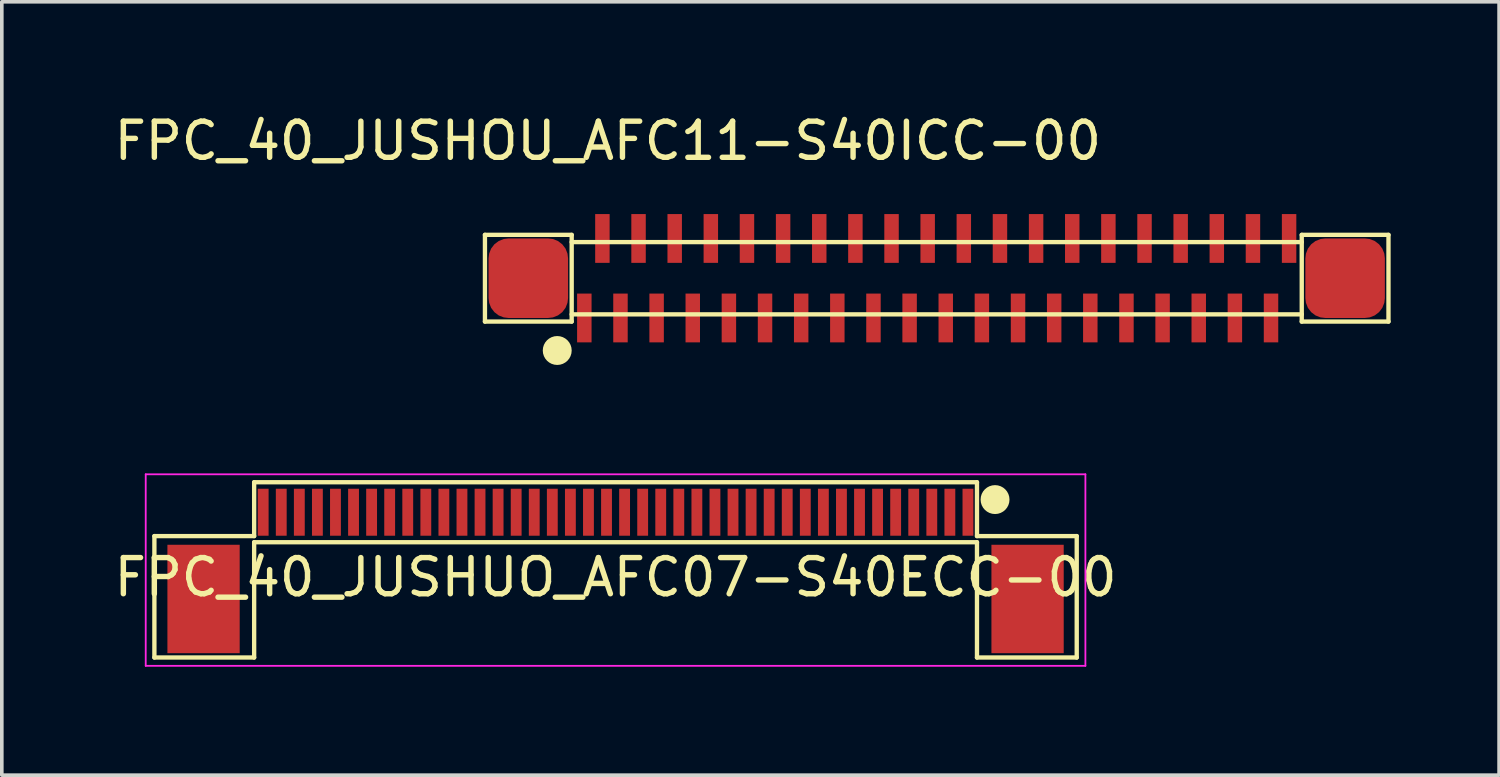
<source format=kicad_pcb>
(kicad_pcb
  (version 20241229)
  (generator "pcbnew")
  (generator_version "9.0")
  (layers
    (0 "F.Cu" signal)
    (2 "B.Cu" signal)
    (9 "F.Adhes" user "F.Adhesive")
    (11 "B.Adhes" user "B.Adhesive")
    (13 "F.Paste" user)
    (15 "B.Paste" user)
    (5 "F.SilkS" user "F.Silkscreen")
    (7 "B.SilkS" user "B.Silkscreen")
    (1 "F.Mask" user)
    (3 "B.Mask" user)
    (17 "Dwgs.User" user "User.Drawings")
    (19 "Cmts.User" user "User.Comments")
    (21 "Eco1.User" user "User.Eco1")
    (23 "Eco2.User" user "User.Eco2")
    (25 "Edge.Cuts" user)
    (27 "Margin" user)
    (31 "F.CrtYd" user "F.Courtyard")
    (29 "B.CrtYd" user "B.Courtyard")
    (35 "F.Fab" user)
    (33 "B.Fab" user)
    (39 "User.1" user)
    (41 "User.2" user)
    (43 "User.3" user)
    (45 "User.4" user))
  (footprint "FPC_40_JUSHUO_AFC07-S40ECC-00"
    (layer "F.Cu")
    (at 13.982 11.123)
    (property "Reference" "FPC_40_JUSHUO_AFC07-S40ECC-00" (at 0 1.8 0) (layer "F.SilkS") (effects (font (size 1 1) (thickness 0.15))))
    (attr through_hole)
    (fp_line (start -12.76 0.66) (end -10 0.66) (stroke (width 0.12) (type solid)) (layer "F.SilkS"))
    (fp_line (start -12.76 4.02) (end -12.76 0.66) (stroke (width 0.12) (type solid)) (layer "F.SilkS"))
    (fp_line (start -10 -0.83) (end 10 -0.83) (stroke (width 0.12) (type solid)) (layer "F.SilkS"))
    (fp_line (start -10 0.66) (end -10 -0.83) (stroke (width 0.12) (type solid)) (layer "F.SilkS"))
    (fp_line (start -10 0.83) (end -10 4.02) (stroke (width 0.12) (type solid)) (layer "F.SilkS"))
    (fp_line (start -10 0.83) (end 10 0.83) (stroke (width 0.12) (type solid)) (layer "F.SilkS"))
    (fp_line (start -10 4.02) (end -12.76 4.02) (stroke (width 0.12) (type solid)) (layer "F.SilkS"))
    (fp_line (start 10 0.66) (end 10 -0.83) (stroke (width 0.12) (type solid)) (layer "F.SilkS"))
    (fp_line (start 10 0.83) (end 10 4.02) (stroke (width 0.12) (type solid)) (layer "F.SilkS"))
    (fp_line (start 10 4.02) (end 12.76 4.02) (stroke (width 0.12) (type solid)) (layer "F.SilkS"))
    (fp_line (start 12.76 0.66) (end 10 0.66) (stroke (width 0.12) (type solid)) (layer "F.SilkS"))
    (fp_line (start 12.76 4.02) (end 12.76 0.66) (stroke (width 0.12) (type solid)) (layer "F.SilkS"))
    (fp_circle (center 10.5 -0.35) (end 10.7 -0.35) (stroke (width 0.4) (type solid)) (fill no) (layer "F.SilkS"))
    (fp_line (start -13 -1.05) (end -13 4.25) (stroke (width 0.05) (type solid)) (layer "F.CrtYd"))
    (fp_line (start -13 -1.05) (end 13 -1.05) (stroke (width 0.05) (type solid)) (layer "F.CrtYd"))
    (fp_line (start -13 4.25) (end 13 4.25) (stroke (width 0.05) (type solid)) (layer "F.CrtYd"))
    (fp_line (start 13 -1.05) (end 13 4.25) (stroke (width 0.05) (type solid)) (layer "F.CrtYd"))
    (pad "" smd rect (at -11.4 2.4) (size 2 3) (layers "F.Cu" "F.Mask" "F.Paste"))
    (pad "" smd rect (at 11.4 2.4) (size 2 3) (layers "F.Cu" "F.Mask" "F.Paste"))
    (pad "1" smd rect (at 9.75 0 180) (size 0.3 1.3) (layers "F.Cu" "F.Mask" "F.Paste"))
    (pad "2" smd rect (at 9.25 0 180) (size 0.3 1.3) (layers "F.Cu" "F.Mask" "F.Paste"))
    (pad "3" smd rect (at 8.75 0 180) (size 0.3 1.3) (layers "F.Cu" "F.Mask" "F.Paste"))
    (pad "4" smd rect (at 8.25 0 180) (size 0.3 1.3) (layers "F.Cu" "F.Mask" "F.Paste"))
    (pad "5" smd rect (at 7.75 0 180) (size 0.3 1.3) (layers "F.Cu" "F.Mask" "F.Paste"))
    (pad "6" smd rect (at 7.25 0 180) (size 0.3 1.3) (layers "F.Cu" "F.Mask" "F.Paste"))
    (pad "7" smd rect (at 6.75 0 180) (size 0.3 1.3) (layers "F.Cu" "F.Mask" "F.Paste"))
    (pad "8" smd rect (at 6.25 0 180) (size 0.3 1.3) (layers "F.Cu" "F.Mask" "F.Paste"))
    (pad "9" smd rect (at 5.75 0 180) (size 0.3 1.3) (layers "F.Cu" "F.Mask" "F.Paste"))
    (pad "10" smd rect (at 5.25 0 180) (size 0.3 1.3) (layers "F.Cu" "F.Mask" "F.Paste"))
    (pad "11" smd rect (at 4.75 0 180) (size 0.3 1.3) (layers "F.Cu" "F.Mask" "F.Paste"))
    (pad "12" smd rect (at 4.25 0 180) (size 0.3 1.3) (layers "F.Cu" "F.Mask" "F.Paste"))
    (pad "13" smd rect (at 3.75 0 180) (size 0.3 1.3) (layers "F.Cu" "F.Mask" "F.Paste"))
    (pad "14" smd rect (at 3.25 0 180) (size 0.3 1.3) (layers "F.Cu" "F.Mask" "F.Paste"))
    (pad "15" smd rect (at 2.75 0 180) (size 0.3 1.3) (layers "F.Cu" "F.Mask" "F.Paste"))
    (pad "16" smd rect (at 2.25 0 180) (size 0.3 1.3) (layers "F.Cu" "F.Mask" "F.Paste"))
    (pad "17" smd rect (at 1.75 0 180) (size 0.3 1.3) (layers "F.Cu" "F.Mask" "F.Paste"))
    (pad "18" smd rect (at 1.25 0 180) (size 0.3 1.3) (layers "F.Cu" "F.Mask" "F.Paste"))
    (pad "19" smd rect (at 0.75 0 180) (size 0.3 1.3) (layers "F.Cu" "F.Mask" "F.Paste"))
    (pad "20" smd rect (at 0.25 0 180) (size 0.3 1.3) (layers "F.Cu" "F.Mask" "F.Paste"))
    (pad "21" smd rect (at -0.25 0 180) (size 0.3 1.3) (layers "F.Cu" "F.Mask" "F.Paste"))
    (pad "22" smd rect (at -0.75 0 180) (size 0.3 1.3) (layers "F.Cu" "F.Mask" "F.Paste"))
    (pad "23" smd rect (at -1.25 0 180) (size 0.3 1.3) (layers "F.Cu" "F.Mask" "F.Paste"))
    (pad "24" smd rect (at -1.75 0 180) (size 0.3 1.3) (layers "F.Cu" "F.Mask" "F.Paste"))
    (pad "25" smd rect (at -2.25 0 180) (size 0.3 1.3) (layers "F.Cu" "F.Mask" "F.Paste"))
    (pad "26" smd rect (at -2.75 0 180) (size 0.3 1.3) (layers "F.Cu" "F.Mask" "F.Paste"))
    (pad "27" smd rect (at -3.25 0 180) (size 0.3 1.3) (layers "F.Cu" "F.Mask" "F.Paste"))
    (pad "28" smd rect (at -3.75 0 180) (size 0.3 1.3) (layers "F.Cu" "F.Mask" "F.Paste"))
    (pad "29" smd rect (at -4.25 0 180) (size 0.3 1.3) (layers "F.Cu" "F.Mask" "F.Paste"))
    (pad "30" smd rect (at -4.75 0 180) (size 0.3 1.3) (layers "F.Cu" "F.Mask" "F.Paste"))
    (pad "31" smd rect (at -5.25 0 180) (size 0.3 1.3) (layers "F.Cu" "F.Mask" "F.Paste"))
    (pad "32" smd rect (at -5.75 0 180) (size 0.3 1.3) (layers "F.Cu" "F.Mask" "F.Paste"))
    (pad "33" smd rect (at -6.25 0 180) (size 0.3 1.3) (layers "F.Cu" "F.Mask" "F.Paste"))
    (pad "34" smd rect (at -6.75 0 180) (size 0.3 1.3) (layers "F.Cu" "F.Mask" "F.Paste"))
    (pad "35" smd rect (at -7.25 0 180) (size 0.3 1.3) (layers "F.Cu" "F.Mask" "F.Paste"))
    (pad "36" smd rect (at -7.75 0 180) (size 0.3 1.3) (layers "F.Cu" "F.Mask" "F.Paste"))
    (pad "37" smd rect (at -8.25 0 180) (size 0.3 1.3) (layers "F.Cu" "F.Mask" "F.Paste"))
    (pad "38" smd rect (at -8.75 0 180) (size 0.3 1.3) (layers "F.Cu" "F.Mask" "F.Paste"))
    (pad "39" smd rect (at -9.25 0 180) (size 0.3 1.3) (layers "F.Cu" "F.Mask" "F.Paste"))
    (pad "40" smd rect (at -9.75 0 180) (size 0.3 1.3) (layers "F.Cu" "F.Mask" "F.Paste")))
  (footprint "FPC_40_JUSHOU_AFC11-S40ICC-00"
    (layer "F.Cu")
    (at 22.868 4.648)
    (property "Reference" "FPC_40_JUSHOU_AFC11-S40ICC-00" (at -9.1 -3.8 0) (layer "F.SilkS") (effects (font (size 1 1) (thickness 0.15))))
    (attr through_hole)
    (fp_line (start -12.5 -1.2) (end -10.1 -1.2) (stroke (width 0.12) (type solid)) (layer "F.SilkS"))
    (fp_line (start -12.5 1.2) (end -12.5 -1.2) (stroke (width 0.12) (type solid)) (layer "F.SilkS"))
    (fp_line (start -10.1 -1.2) (end -10.1 1.2) (stroke (width 0.12) (type solid)) (layer "F.SilkS"))
    (fp_line (start -10.1 -1) (end 10.1 -1) (stroke (width 0.12) (type solid)) (layer "F.SilkS"))
    (fp_line (start -10.1 1.2) (end -12.5 1.2) (stroke (width 0.12) (type solid)) (layer "F.SilkS"))
    (fp_line (start 10.1 -1.2) (end 12.5 -1.2) (stroke (width 0.12) (type solid)) (layer "F.SilkS"))
    (fp_line (start 10.1 1) (end -10.1 1) (stroke (width 0.12) (type solid)) (layer "F.SilkS"))
    (fp_line (start 10.1 1.2) (end 10.1 -1.2) (stroke (width 0.12) (type solid)) (layer "F.SilkS"))
    (fp_line (start 12.5 -1.2) (end 12.5 1.2) (stroke (width 0.12) (type solid)) (layer "F.SilkS"))
    (fp_line (start 12.5 1.2) (end 10.1 1.2) (stroke (width 0.12) (type solid)) (layer "F.SilkS"))
    (fp_circle (center -10.5 2) (end -10.3 2) (stroke (width 0.4) (type solid)) (fill no) (layer "F.SilkS"))
    (pad "" smd roundrect (at -11.3 0) (size 2.2 2.2) (layers "F.Cu" "F.Mask" "F.Paste") (roundrect_rratio 0.25))
    (pad "" smd roundrect (at 11.3 0) (size 2.2 2.2) (layers "F.Cu" "F.Mask" "F.Paste") (roundrect_rratio 0.25))
    (pad "1" smd rect (at -9.75 1.1) (size 0.4 1.35) (layers "F.Cu" "F.Mask" "F.Paste"))
    (pad "2" smd rect (at -9.25 -1.1) (size 0.4 1.35) (layers "F.Cu" "F.Mask" "F.Paste"))
    (pad "3" smd rect (at -8.75 1.1) (size 0.4 1.35) (layers "F.Cu" "F.Mask" "F.Paste"))
    (pad "4" smd rect (at -8.25 -1.1) (size 0.4 1.35) (layers "F.Cu" "F.Mask" "F.Paste"))
    (pad "5" smd rect (at -7.75 1.1) (size 0.4 1.35) (layers "F.Cu" "F.Mask" "F.Paste"))
    (pad "6" smd rect (at -7.25 -1.1) (size 0.4 1.35) (layers "F.Cu" "F.Mask" "F.Paste"))
    (pad "7" smd rect (at -6.75 1.1) (size 0.4 1.35) (layers "F.Cu" "F.Mask" "F.Paste"))
    (pad "8" smd rect (at -6.25 -1.1) (size 0.4 1.35) (layers "F.Cu" "F.Mask" "F.Paste"))
    (pad "9" smd rect (at -5.75 1.1) (size 0.4 1.35) (layers "F.Cu" "F.Mask" "F.Paste"))
    (pad "10" smd rect (at -5.25 -1.1) (size 0.4 1.35) (layers "F.Cu" "F.Mask" "F.Paste"))
    (pad "11" smd rect (at -4.75 1.1) (size 0.4 1.35) (layers "F.Cu" "F.Mask" "F.Paste"))
    (pad "12" smd rect (at -4.25 -1.1) (size 0.4 1.35) (layers "F.Cu" "F.Mask" "F.Paste"))
    (pad "13" smd rect (at -3.75 1.1) (size 0.4 1.35) (layers "F.Cu" "F.Mask" "F.Paste"))
    (pad "14" smd rect (at -3.25 -1.1) (size 0.4 1.35) (layers "F.Cu" "F.Mask" "F.Paste"))
    (pad "15" smd rect (at -2.75 1.1) (size 0.4 1.35) (layers "F.Cu" "F.Mask" "F.Paste"))
    (pad "16" smd rect (at -2.25 -1.1) (size 0.4 1.35) (layers "F.Cu" "F.Mask" "F.Paste"))
    (pad "17" smd rect (at -1.75 1.1) (size 0.4 1.35) (layers "F.Cu" "F.Mask" "F.Paste"))
    (pad "18" smd rect (at -1.25 -1.1) (size 0.4 1.35) (layers "F.Cu" "F.Mask" "F.Paste"))
    (pad "19" smd rect (at -0.75 1.1) (size 0.4 1.35) (layers "F.Cu" "F.Mask" "F.Paste"))
    (pad "20" smd rect (at -0.25 -1.1) (size 0.4 1.35) (layers "F.Cu" "F.Mask" "F.Paste"))
    (pad "21" smd rect (at 0.25 1.1) (size 0.4 1.35) (layers "F.Cu" "F.Mask" "F.Paste"))
    (pad "22" smd rect (at 0.75 -1.1) (size 0.4 1.35) (layers "F.Cu" "F.Mask" "F.Paste"))
    (pad "23" smd rect (at 1.25 1.1) (size 0.4 1.35) (layers "F.Cu" "F.Mask" "F.Paste"))
    (pad "24" smd rect (at 1.75 -1.1) (size 0.4 1.35) (layers "F.Cu" "F.Mask" "F.Paste"))
    (pad "25" smd rect (at 2.25 1.1) (size 0.4 1.35) (layers "F.Cu" "F.Mask" "F.Paste"))
    (pad "26" smd rect (at 2.75 -1.1) (size 0.4 1.35) (layers "F.Cu" "F.Mask" "F.Paste"))
    (pad "27" smd rect (at 3.25 1.1) (size 0.4 1.35) (layers "F.Cu" "F.Mask" "F.Paste"))
    (pad "28" smd rect (at 3.75 -1.1) (size 0.4 1.35) (layers "F.Cu" "F.Mask" "F.Paste"))
    (pad "29" smd rect (at 4.25 1.1) (size 0.4 1.35) (layers "F.Cu" "F.Mask" "F.Paste"))
    (pad "30" smd rect (at 4.75 -1.1) (size 0.4 1.35) (layers "F.Cu" "F.Mask" "F.Paste"))
    (pad "31" smd rect (at 5.25 1.1) (size 0.4 1.35) (layers "F.Cu" "F.Mask" "F.Paste"))
    (pad "32" smd rect (at 5.75 -1.1) (size 0.4 1.35) (layers "F.Cu" "F.Mask" "F.Paste"))
    (pad "33" smd rect (at 6.25 1.1) (size 0.4 1.35) (layers "F.Cu" "F.Mask" "F.Paste"))
    (pad "34" smd rect (at 6.75 -1.1) (size 0.4 1.35) (layers "F.Cu" "F.Mask" "F.Paste"))
    (pad "35" smd rect (at 7.25 1.1) (size 0.4 1.35) (layers "F.Cu" "F.Mask" "F.Paste"))
    (pad "36" smd rect (at 7.75 -1.1) (size 0.4 1.35) (layers "F.Cu" "F.Mask" "F.Paste"))
    (pad "37" smd rect (at 8.25 1.1) (size 0.4 1.35) (layers "F.Cu" "F.Mask" "F.Paste"))
    (pad "38" smd rect (at 8.75 -1.1) (size 0.4 1.35) (layers "F.Cu" "F.Mask" "F.Paste"))
    (pad "39" smd rect (at 9.25 1.1) (size 0.4 1.35) (layers "F.Cu" "F.Mask" "F.Paste"))
    (pad "40" smd rect (at 9.75 -1.1) (size 0.4 1.35) (layers "F.Cu" "F.Mask" "F.Paste")))
  (gr_rect
    (start -3 -3)
    (end 38.428 18.398)
    (stroke (width 0.1) (type default))
    (fill no)
    (layer "Edge.Cuts")))
</source>
